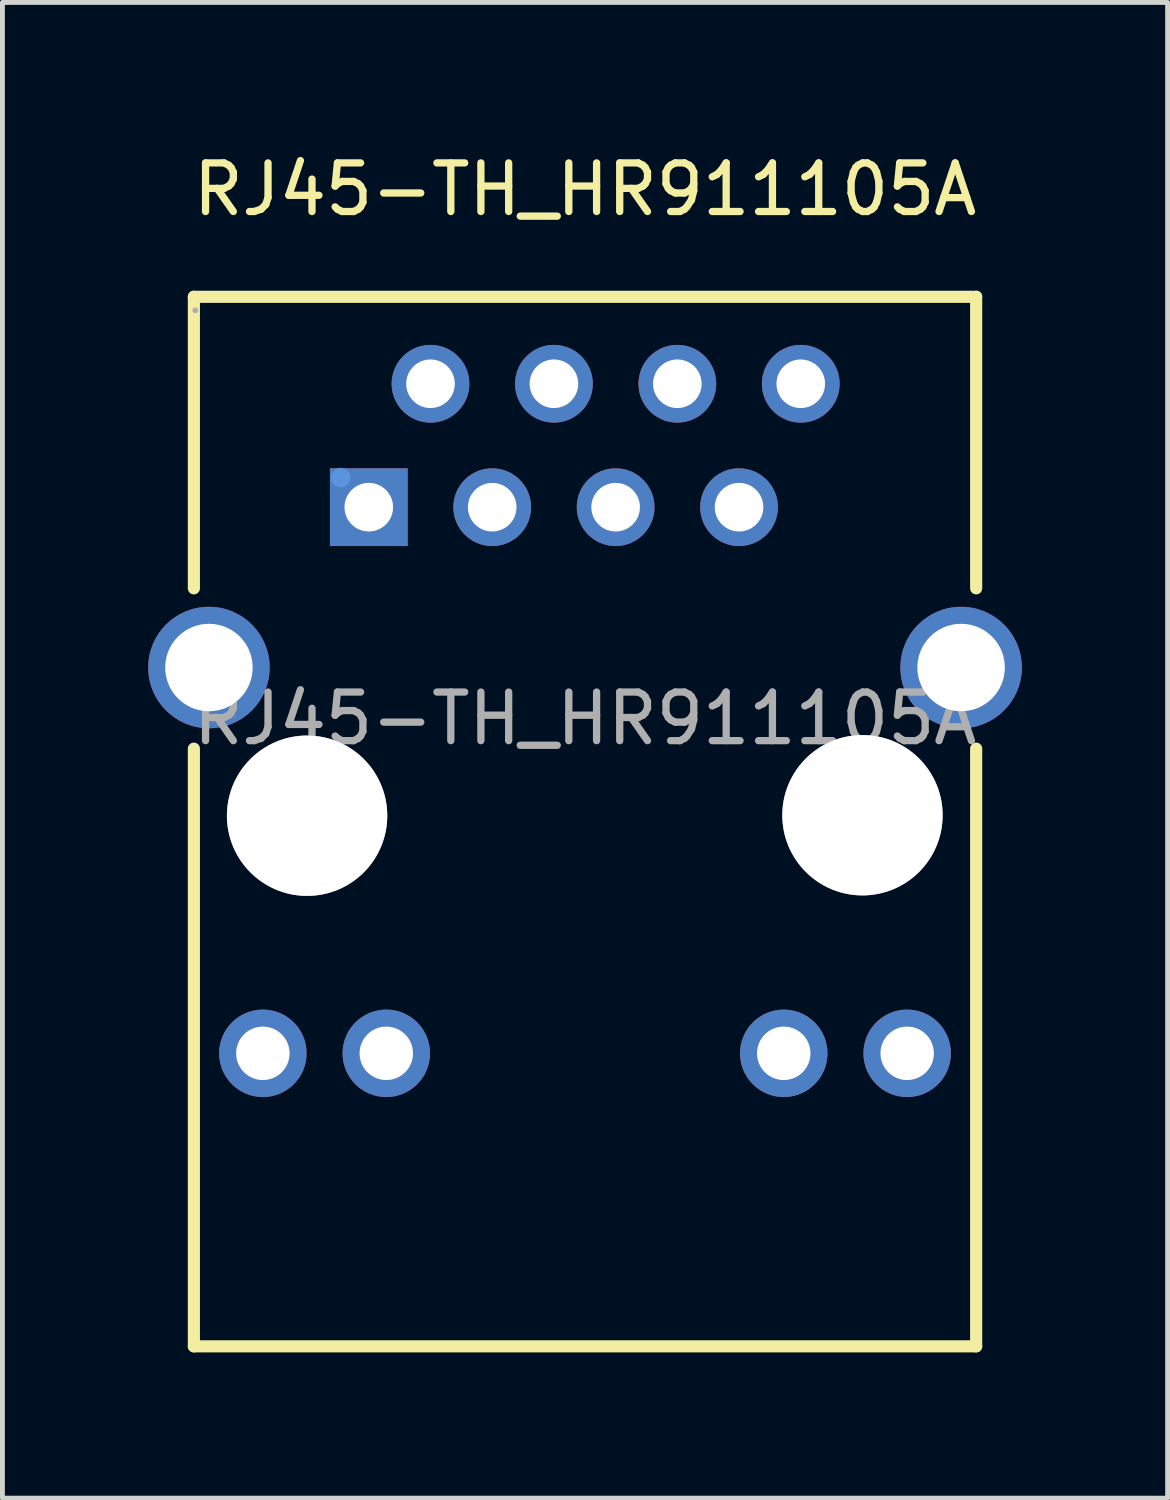
<source format=kicad_pcb>
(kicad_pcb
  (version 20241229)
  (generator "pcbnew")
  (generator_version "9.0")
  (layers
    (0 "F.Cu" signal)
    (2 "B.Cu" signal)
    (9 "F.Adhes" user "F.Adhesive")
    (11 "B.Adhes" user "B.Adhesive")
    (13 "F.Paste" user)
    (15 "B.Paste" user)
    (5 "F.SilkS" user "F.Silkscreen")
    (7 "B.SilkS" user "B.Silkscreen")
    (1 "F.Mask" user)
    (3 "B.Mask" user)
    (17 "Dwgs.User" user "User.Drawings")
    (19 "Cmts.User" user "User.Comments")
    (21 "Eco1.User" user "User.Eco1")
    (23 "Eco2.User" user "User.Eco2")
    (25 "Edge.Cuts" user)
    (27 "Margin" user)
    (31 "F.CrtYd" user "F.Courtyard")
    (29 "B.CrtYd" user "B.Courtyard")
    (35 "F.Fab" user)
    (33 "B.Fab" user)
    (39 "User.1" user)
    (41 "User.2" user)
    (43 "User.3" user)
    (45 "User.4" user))
  (footprint "RJ45-TH_HR911105A"
    (layer "F.Cu")
    (at 8.99 11.738)
    (property "Reference" "RJ45-TH_HR911105A" (at 0 -10.89 0) (layer "F.SilkS") (effects (font (size 1 1) (thickness 0.15))))
    (attr through_hole)
    (fp_line (start -8.05 -8.68) (end -8.05 -2.68) (stroke (width 0.25) (type solid)) (layer "F.SilkS"))
    (fp_line (start -8.05 -8.68) (end 8.05 -8.68) (stroke (width 0.25) (type solid)) (layer "F.SilkS"))
    (fp_line (start -8.05 0.62) (end -8.05 12.92) (stroke (width 0.25) (type solid)) (layer "F.SilkS"))
    (fp_line (start -8.05 12.92) (end 8.05 12.92) (stroke (width 0.25) (type solid)) (layer "F.SilkS"))
    (fp_line (start 8.05 -8.68) (end 8.05 -2.68) (stroke (width 0.25) (type solid)) (layer "F.SilkS"))
    (fp_line (start 8.05 0.62) (end 8.05 12.92) (stroke (width 0.25) (type solid)) (layer "F.SilkS"))
    (fp_circle (center -5.72 1.99) (end -5.02 1.99) (stroke (width 1.4) (type solid)) (fill no) (layer "Cmts.User"))
    (fp_circle (center -5.03 -4.96) (end -4.93 -4.96) (stroke (width 0.2) (type solid)) (fill no) (layer "Cmts.User"))
    (fp_circle (center 5.71 1.99) (end 6.41 1.99) (stroke (width 1.4) (type solid)) (fill no) (layer "Cmts.User"))
    (fp_circle (center -8.02 -8.4) (end -7.99 -8.4) (stroke (width 0.06) (type solid)) (fill no) (layer "F.Fab"))
    (fp_text user "${REFERENCE}" (at 0 0 0) (layer "F.Fab") (effects (font (size 1 1) (thickness 0.15))))
    (pad "" thru_hole circle (at -5.72 2) (size 3.3 3.3) (drill 3.3) (layers "*.Cu" "*.Mask"))
    (pad "" thru_hole circle (at 5.71 1.99) (size 3.3 3.3) (drill 3.3) (layers "*.Cu" "*.Mask"))
    (pad "1" thru_hole rect (at -4.45 -4.35) (size 1.6 1.6) (drill 1) (layers "*.Cu" "*.Mask"))
    (pad "2" thru_hole circle (at -3.18 -6.89) (size 1.6 1.6) (drill 1) (layers "*.Cu" "*.Mask"))
    (pad "3" thru_hole circle (at -1.91 -4.35) (size 1.6 1.6) (drill 1) (layers "*.Cu" "*.Mask"))
    (pad "4" thru_hole circle (at -0.64 -6.89) (size 1.6 1.6) (drill 1) (layers "*.Cu" "*.Mask"))
    (pad "5" thru_hole circle (at 0.63 -4.35) (size 1.6 1.6) (drill 1) (layers "*.Cu" "*.Mask"))
    (pad "6" thru_hole circle (at 1.9 -6.89) (size 1.6 1.6) (drill 1) (layers "*.Cu" "*.Mask"))
    (pad "7" thru_hole circle (at 3.17 -4.35) (size 1.6 1.6) (drill 1) (layers "*.Cu" "*.Mask"))
    (pad "8" thru_hole circle (at 4.44 -6.89) (size 1.6 1.6) (drill 1) (layers "*.Cu" "*.Mask"))
    (pad "9" thru_hole circle (at -6.63 6.89) (size 1.8 1.8) (drill 1.1) (layers "*.Cu" "*.Mask"))
    (pad "10" thru_hole circle (at -4.09 6.89) (size 1.8 1.8) (drill 1.1) (layers "*.Cu" "*.Mask"))
    (pad "11" thru_hole circle (at 4.09 6.89) (size 1.8 1.8) (drill 1.1) (layers "*.Cu" "*.Mask"))
    (pad "12" thru_hole circle (at 6.63 6.89) (size 1.8 1.8) (drill 1.1) (layers "*.Cu" "*.Mask"))
    (pad "SH1" thru_hole circle (at -7.74 -1.05) (size 2.5 2.5) (drill 1.8) (layers "*.Cu" "*.Mask"))
    (pad "SH2" thru_hole circle (at 7.74 -1.05) (size 2.5 2.5) (drill 1.8) (layers "*.Cu" "*.Mask")))
  (gr_rect
    (start -3 -3)
    (end 20.98 27.783)
    (stroke (width 0.1) (type default))
    (fill no)
    (layer "Edge.Cuts")))
</source>
